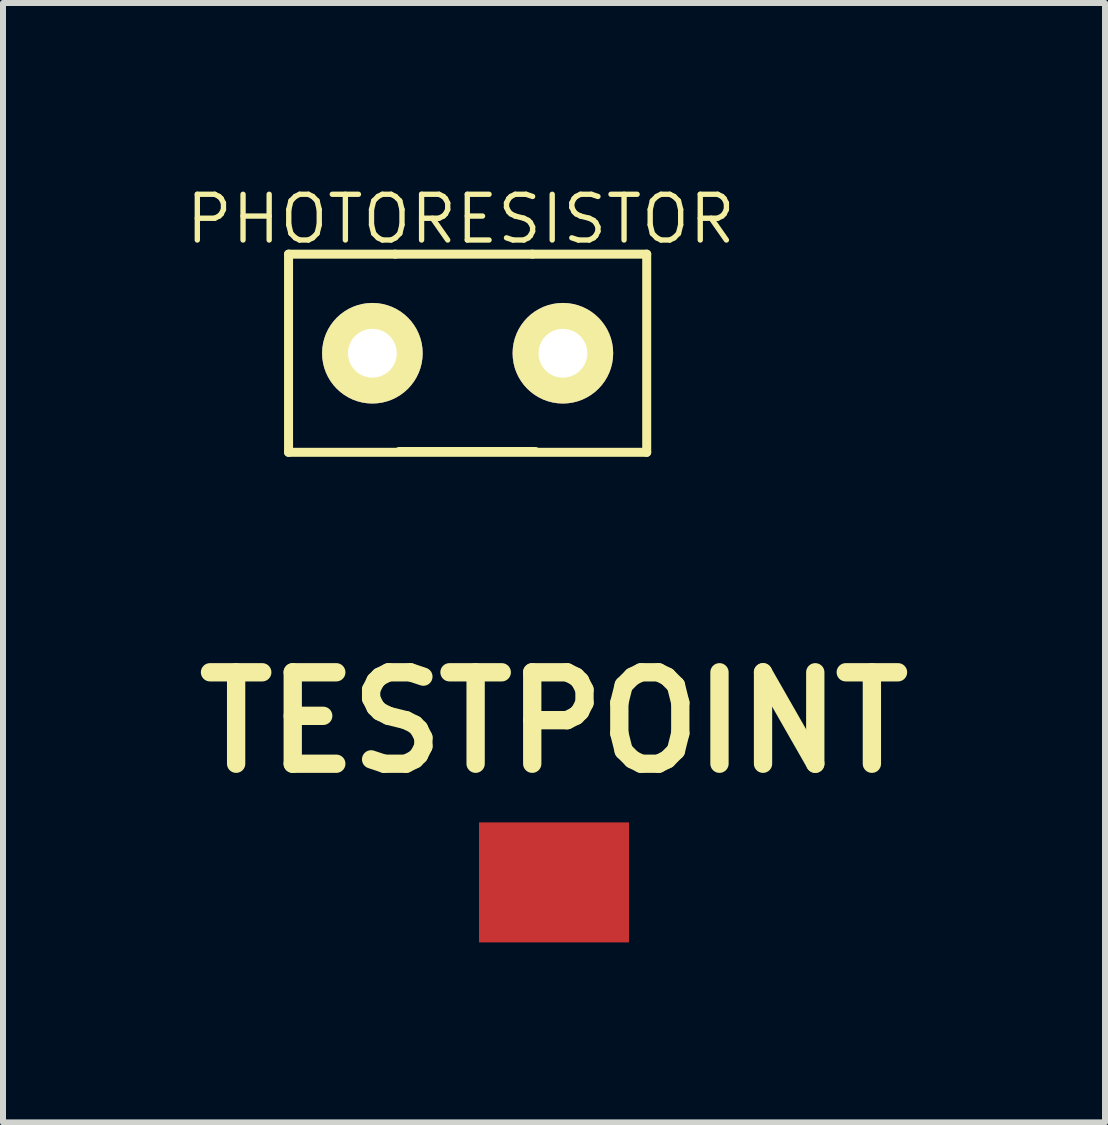
<source format=kicad_pcb>
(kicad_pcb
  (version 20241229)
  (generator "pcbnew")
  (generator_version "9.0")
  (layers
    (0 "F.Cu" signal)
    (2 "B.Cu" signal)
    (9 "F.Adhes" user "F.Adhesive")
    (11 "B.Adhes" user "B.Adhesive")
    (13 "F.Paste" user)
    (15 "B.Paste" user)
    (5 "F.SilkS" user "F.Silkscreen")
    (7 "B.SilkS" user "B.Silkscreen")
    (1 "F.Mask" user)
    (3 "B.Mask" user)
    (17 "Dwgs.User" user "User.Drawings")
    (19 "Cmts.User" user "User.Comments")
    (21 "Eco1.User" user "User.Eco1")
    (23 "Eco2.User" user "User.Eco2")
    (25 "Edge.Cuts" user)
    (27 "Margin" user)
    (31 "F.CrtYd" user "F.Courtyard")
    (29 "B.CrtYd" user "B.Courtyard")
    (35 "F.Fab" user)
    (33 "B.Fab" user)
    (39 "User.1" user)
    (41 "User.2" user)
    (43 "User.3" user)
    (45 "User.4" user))
  (footprint "PHOTORESISTOR"
    (layer "F.Cu")
    (at 4.68 2.837)
    (property "Reference" "PHOTORESISTOR" (at -0.051 -2.235 0) (layer "F.SilkS") (effects (font (size 0.762 0.762) (thickness 0.089))))
    (attr through_hole)
    (fp_line (start -2.921 -1.651) (end -2.921 1.651) (stroke (width 0.15) (type solid)) (layer "F.SilkS"))
    (fp_line (start -2.921 1.651) (end 3.048 1.651) (stroke (width 0.15) (type solid)) (layer "F.SilkS"))
    (fp_line (start -1.143 -1.651) (end -2.921 -1.651) (stroke (width 0.15) (type solid)) (layer "F.SilkS"))
    (fp_line (start -1.143 -1.651) (end 1.143 -1.651) (stroke (width 0.15) (type solid)) (layer "F.SilkS"))
    (fp_line (start -1.079 1.638) (end 1.194 1.638) (stroke (width 0.15) (type solid)) (layer "F.SilkS"))
    (fp_line (start 3.048 -1.651) (end 1.143 -1.651) (stroke (width 0.15) (type solid)) (layer "F.SilkS"))
    (fp_line (start 3.048 1.651) (end 3.048 -1.651) (stroke (width 0.15) (type solid)) (layer "F.SilkS"))
    (pad "1" thru_hole circle (at -1.524 0) (size 1.676 1.676) (drill 0.813) (layers "*.Cu" "*.Mask" "F.SilkS"))
    (pad "2" thru_hole circle (at 1.651 0) (size 1.676 1.676) (drill 0.813) (layers "*.Cu" "*.Mask" "F.SilkS")))
  (footprint "TESTPOINT"
    (layer "F.Cu")
    (at 6.183 11.656)
    (property "Reference" "TESTPOINT" (at 0 -2.667 0) (layer "F.SilkS") (effects (font (size 1.524 1.524) (thickness 0.305))))
    (attr through_hole)
    (pad "1" smd rect (at 0 0) (size 2.5 2) (layers "F.Cu" "F.Mask" "F.Paste")))
  (gr_rect
    (start -3 -3)
    (end 15.366 15.656)
    (stroke (width 0.1) (type default))
    (fill no)
    (layer "Edge.Cuts")))
</source>
